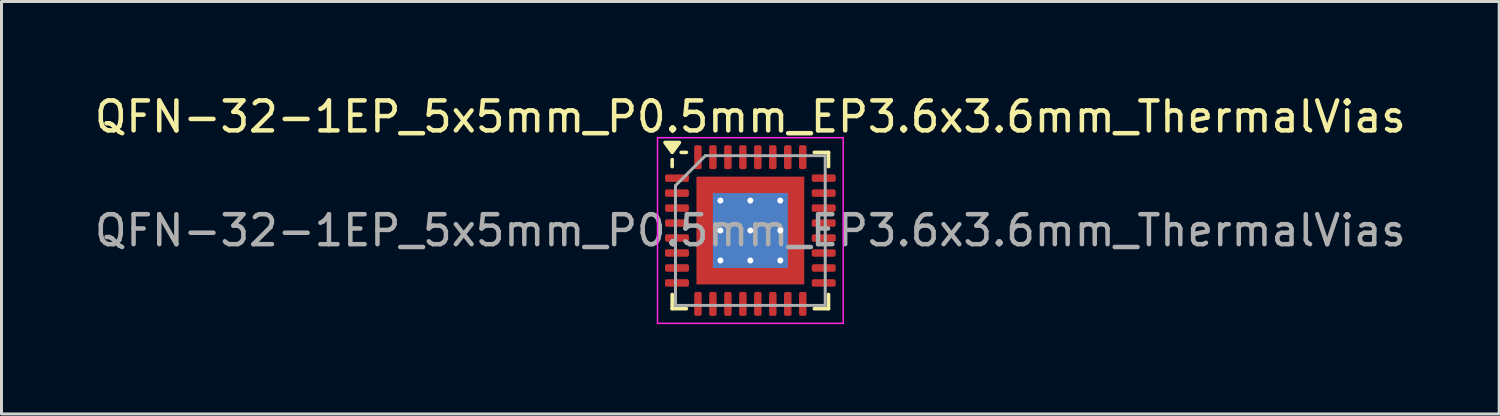
<source format=kicad_pcb>
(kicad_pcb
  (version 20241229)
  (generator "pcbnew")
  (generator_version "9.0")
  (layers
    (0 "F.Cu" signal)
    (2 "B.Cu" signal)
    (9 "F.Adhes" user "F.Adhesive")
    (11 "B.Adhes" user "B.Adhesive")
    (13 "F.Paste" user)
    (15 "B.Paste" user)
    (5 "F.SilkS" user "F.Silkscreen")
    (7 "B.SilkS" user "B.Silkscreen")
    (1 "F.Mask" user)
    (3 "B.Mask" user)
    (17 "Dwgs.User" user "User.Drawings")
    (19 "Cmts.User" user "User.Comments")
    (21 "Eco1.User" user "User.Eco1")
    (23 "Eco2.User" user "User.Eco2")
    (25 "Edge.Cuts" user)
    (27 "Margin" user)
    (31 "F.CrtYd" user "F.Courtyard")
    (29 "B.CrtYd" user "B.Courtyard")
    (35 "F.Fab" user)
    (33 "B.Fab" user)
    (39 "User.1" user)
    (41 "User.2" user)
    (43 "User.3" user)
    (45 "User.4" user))
  (footprint "QFN-32-1EP_5x5mm_P0.5mm_EP3.6x3.6mm_ThermalVias"
    (layer "F.Cu")
    (at 22.006 4.648)
    (property "Reference" "QFN-32-1EP_5x5mm_P0.5mm_EP3.6x3.6mm_ThermalVias" (at 0 -3.8 0) (layer "F.SilkS") (effects (font (size 1 1) (thickness 0.15))))
    (attr smd)
    (fp_line (start -2.61 -2.135) (end -2.61 -2.37) (stroke (width 0.12) (type solid)) (layer "F.SilkS"))
    (fp_line (start -2.61 2.61) (end -2.61 2.135) (stroke (width 0.12) (type solid)) (layer "F.SilkS"))
    (fp_line (start -2.135 -2.61) (end -2.31 -2.61) (stroke (width 0.12) (type solid)) (layer "F.SilkS"))
    (fp_line (start -2.135 2.61) (end -2.61 2.61) (stroke (width 0.12) (type solid)) (layer "F.SilkS"))
    (fp_line (start 2.135 -2.61) (end 2.61 -2.61) (stroke (width 0.12) (type solid)) (layer "F.SilkS"))
    (fp_line (start 2.135 2.61) (end 2.61 2.61) (stroke (width 0.12) (type solid)) (layer "F.SilkS"))
    (fp_line (start 2.61 -2.61) (end 2.61 -2.135) (stroke (width 0.12) (type solid)) (layer "F.SilkS"))
    (fp_line (start 2.61 2.61) (end 2.61 2.135) (stroke (width 0.12) (type solid)) (layer "F.SilkS"))
    (fp_poly (pts (xy -2.61 -2.61) (xy -2.85 -2.94) (xy -2.37 -2.94) (xy -2.61 -2.61)) (stroke (width 0.12) (type solid)) (fill yes) (layer "F.SilkS"))
    (fp_line (start -3.1 -3.1) (end -3.1 3.1) (stroke (width 0.05) (type solid)) (layer "F.CrtYd"))
    (fp_line (start -3.1 3.1) (end 3.1 3.1) (stroke (width 0.05) (type solid)) (layer "F.CrtYd"))
    (fp_line (start 3.1 -3.1) (end -3.1 -3.1) (stroke (width 0.05) (type solid)) (layer "F.CrtYd"))
    (fp_line (start 3.1 3.1) (end 3.1 -3.1) (stroke (width 0.05) (type solid)) (layer "F.CrtYd"))
    (fp_line (start -2.5 -1.5) (end -1.5 -2.5) (stroke (width 0.1) (type solid)) (layer "F.Fab"))
    (fp_line (start -2.5 2.5) (end -2.5 -1.5) (stroke (width 0.1) (type solid)) (layer "F.Fab"))
    (fp_line (start -1.5 -2.5) (end 2.5 -2.5) (stroke (width 0.1) (type solid)) (layer "F.Fab"))
    (fp_line (start 2.5 -2.5) (end 2.5 2.5) (stroke (width 0.1) (type solid)) (layer "F.Fab"))
    (fp_line (start 2.5 2.5) (end -2.5 2.5) (stroke (width 0.1) (type solid)) (layer "F.Fab"))
    (fp_text user "${REFERENCE}" (at 0 0 0) (layer "F.Fab") (effects (font (size 1 1) (thickness 0.15))))
    (pad "" smd custom (at -1.4 -1.4) (size 0.555 0.555) (layers "F.Paste") (options (anchor circle)) (primitives (gr_poly (pts (xy -0.232 -0.232) (xy 0.232 -0.232) (xy 0.232 0.157) (xy 0.157 0.232) (xy -0.232 0.232)) (width 0.181) (fill yes))))
    (pad "" smd custom (at -1.4 -0.5) (size 0.568 0.568) (layers "F.Paste") (options (anchor circle)) (primitives (gr_poly (pts (xy -0.246 -0.326) (xy 0.182 -0.326) (xy 0.246 -0.263) (xy 0.246 0.263) (xy 0.182 0.326) (xy -0.246 0.326)) (width 0.153) (fill yes))))
    (pad "" smd custom (at -1.4 0.5) (size 0.568 0.568) (layers "F.Paste") (options (anchor circle)) (primitives (gr_poly (pts (xy -0.246 -0.326) (xy 0.182 -0.326) (xy 0.246 -0.263) (xy 0.246 0.263) (xy 0.182 0.326) (xy -0.246 0.326)) (width 0.153) (fill yes))))
    (pad "" smd custom (at -1.4 1.4) (size 0.555 0.555) (layers "F.Paste") (options (anchor circle)) (primitives (gr_poly (pts (xy -0.232 -0.232) (xy 0.157 -0.232) (xy 0.232 -0.157) (xy 0.232 0.232) (xy -0.232 0.232)) (width 0.181) (fill yes))))
    (pad "" smd custom (at -0.5 -1.4) (size 0.568 0.568) (layers "F.Paste") (options (anchor circle)) (primitives (gr_poly (pts (xy -0.326 -0.246) (xy 0.326 -0.246) (xy 0.326 0.182) (xy 0.263 0.246) (xy -0.263 0.246) (xy -0.326 0.182)) (width 0.153) (fill yes))))
    (pad "" smd roundrect (at -0.5 -0.5) (size 0.806 0.806) (layers "F.Paste") (roundrect_rratio 0.25))
    (pad "" smd roundrect (at -0.5 0.5) (size 0.806 0.806) (layers "F.Paste") (roundrect_rratio 0.25))
    (pad "" smd custom (at -0.5 1.4) (size 0.568 0.568) (layers "F.Paste") (options (anchor circle)) (primitives (gr_poly (pts (xy -0.326 -0.182) (xy -0.263 -0.246) (xy 0.263 -0.246) (xy 0.326 -0.182) (xy 0.326 0.246) (xy -0.326 0.246)) (width 0.153) (fill yes))))
    (pad "" smd custom (at 0.5 -1.4) (size 0.568 0.568) (layers "F.Paste") (options (anchor circle)) (primitives (gr_poly (pts (xy -0.326 -0.246) (xy 0.326 -0.246) (xy 0.326 0.182) (xy 0.263 0.246) (xy -0.263 0.246) (xy -0.326 0.182)) (width 0.153) (fill yes))))
    (pad "" smd roundrect (at 0.5 -0.5) (size 0.806 0.806) (layers "F.Paste") (roundrect_rratio 0.25))
    (pad "" smd roundrect (at 0.5 0.5) (size 0.806 0.806) (layers "F.Paste") (roundrect_rratio 0.25))
    (pad "" smd custom (at 0.5 1.4) (size 0.568 0.568) (layers "F.Paste") (options (anchor circle)) (primitives (gr_poly (pts (xy -0.326 -0.182) (xy -0.263 -0.246) (xy 0.263 -0.246) (xy 0.326 -0.182) (xy 0.326 0.246) (xy -0.326 0.246)) (width 0.153) (fill yes))))
    (pad "" smd custom (at 1.4 -1.4) (size 0.555 0.555) (layers "F.Paste") (options (anchor circle)) (primitives (gr_poly (pts (xy -0.232 -0.232) (xy 0.232 -0.232) (xy 0.232 0.232) (xy -0.157 0.232) (xy -0.232 0.157)) (width 0.181) (fill yes))))
    (pad "" smd custom (at 1.4 -0.5) (size 0.568 0.568) (layers "F.Paste") (options (anchor circle)) (primitives (gr_poly (pts (xy -0.246 -0.263) (xy -0.182 -0.326) (xy 0.246 -0.326) (xy 0.246 0.326) (xy -0.182 0.326) (xy -0.246 0.263)) (width 0.153) (fill yes))))
    (pad "" smd custom (at 1.4 0.5) (size 0.568 0.568) (layers "F.Paste") (options (anchor circle)) (primitives (gr_poly (pts (xy -0.246 -0.263) (xy -0.182 -0.326) (xy 0.246 -0.326) (xy 0.246 0.326) (xy -0.182 0.326) (xy -0.246 0.263)) (width 0.153) (fill yes))))
    (pad "" smd custom (at 1.4 1.4) (size 0.555 0.555) (layers "F.Paste") (options (anchor circle)) (primitives (gr_poly (pts (xy -0.232 -0.157) (xy -0.157 -0.232) (xy 0.232 -0.232) (xy 0.232 0.232) (xy -0.232 0.232)) (width 0.181) (fill yes))))
    (pad "1" smd roundrect (at -2.45 -1.75) (size 0.8 0.25) (layers "F.Cu" "F.Mask" "F.Paste") (roundrect_rratio 0.25))
    (pad "2" smd roundrect (at -2.45 -1.25) (size 0.8 0.25) (layers "F.Cu" "F.Mask" "F.Paste") (roundrect_rratio 0.25))
    (pad "3" smd roundrect (at -2.45 -0.75) (size 0.8 0.25) (layers "F.Cu" "F.Mask" "F.Paste") (roundrect_rratio 0.25))
    (pad "4" smd roundrect (at -2.45 -0.25) (size 0.8 0.25) (layers "F.Cu" "F.Mask" "F.Paste") (roundrect_rratio 0.25))
    (pad "5" smd roundrect (at -2.45 0.25) (size 0.8 0.25) (layers "F.Cu" "F.Mask" "F.Paste") (roundrect_rratio 0.25))
    (pad "6" smd roundrect (at -2.45 0.75) (size 0.8 0.25) (layers "F.Cu" "F.Mask" "F.Paste") (roundrect_rratio 0.25))
    (pad "7" smd roundrect (at -2.45 1.25) (size 0.8 0.25) (layers "F.Cu" "F.Mask" "F.Paste") (roundrect_rratio 0.25))
    (pad "8" smd roundrect (at -2.45 1.75) (size 0.8 0.25) (layers "F.Cu" "F.Mask" "F.Paste") (roundrect_rratio 0.25))
    (pad "9" smd roundrect (at -1.75 2.45) (size 0.25 0.8) (layers "F.Cu" "F.Mask" "F.Paste") (roundrect_rratio 0.25))
    (pad "10" smd roundrect (at -1.25 2.45) (size 0.25 0.8) (layers "F.Cu" "F.Mask" "F.Paste") (roundrect_rratio 0.25))
    (pad "11" smd roundrect (at -0.75 2.45) (size 0.25 0.8) (layers "F.Cu" "F.Mask" "F.Paste") (roundrect_rratio 0.25))
    (pad "12" smd roundrect (at -0.25 2.45) (size 0.25 0.8) (layers "F.Cu" "F.Mask" "F.Paste") (roundrect_rratio 0.25))
    (pad "13" smd roundrect (at 0.25 2.45) (size 0.25 0.8) (layers "F.Cu" "F.Mask" "F.Paste") (roundrect_rratio 0.25))
    (pad "14" smd roundrect (at 0.75 2.45) (size 0.25 0.8) (layers "F.Cu" "F.Mask" "F.Paste") (roundrect_rratio 0.25))
    (pad "15" smd roundrect (at 1.25 2.45) (size 0.25 0.8) (layers "F.Cu" "F.Mask" "F.Paste") (roundrect_rratio 0.25))
    (pad "16" smd roundrect (at 1.75 2.45) (size 0.25 0.8) (layers "F.Cu" "F.Mask" "F.Paste") (roundrect_rratio 0.25))
    (pad "17" smd roundrect (at 2.45 1.75) (size 0.8 0.25) (layers "F.Cu" "F.Mask" "F.Paste") (roundrect_rratio 0.25))
    (pad "18" smd roundrect (at 2.45 1.25) (size 0.8 0.25) (layers "F.Cu" "F.Mask" "F.Paste") (roundrect_rratio 0.25))
    (pad "19" smd roundrect (at 2.45 0.75) (size 0.8 0.25) (layers "F.Cu" "F.Mask" "F.Paste") (roundrect_rratio 0.25))
    (pad "20" smd roundrect (at 2.45 0.25) (size 0.8 0.25) (layers "F.Cu" "F.Mask" "F.Paste") (roundrect_rratio 0.25))
    (pad "21" smd roundrect (at 2.45 -0.25) (size 0.8 0.25) (layers "F.Cu" "F.Mask" "F.Paste") (roundrect_rratio 0.25))
    (pad "22" smd roundrect (at 2.45 -0.75) (size 0.8 0.25) (layers "F.Cu" "F.Mask" "F.Paste") (roundrect_rratio 0.25))
    (pad "23" smd roundrect (at 2.45 -1.25) (size 0.8 0.25) (layers "F.Cu" "F.Mask" "F.Paste") (roundrect_rratio 0.25))
    (pad "24" smd roundrect (at 2.45 -1.75) (size 0.8 0.25) (layers "F.Cu" "F.Mask" "F.Paste") (roundrect_rratio 0.25))
    (pad "25" smd roundrect (at 1.75 -2.45) (size 0.25 0.8) (layers "F.Cu" "F.Mask" "F.Paste") (roundrect_rratio 0.25))
    (pad "26" smd roundrect (at 1.25 -2.45) (size 0.25 0.8) (layers "F.Cu" "F.Mask" "F.Paste") (roundrect_rratio 0.25))
    (pad "27" smd roundrect (at 0.75 -2.45) (size 0.25 0.8) (layers "F.Cu" "F.Mask" "F.Paste") (roundrect_rratio 0.25))
    (pad "28" smd roundrect (at 0.25 -2.45) (size 0.25 0.8) (layers "F.Cu" "F.Mask" "F.Paste") (roundrect_rratio 0.25))
    (pad "29" smd roundrect (at -0.25 -2.45) (size 0.25 0.8) (layers "F.Cu" "F.Mask" "F.Paste") (roundrect_rratio 0.25))
    (pad "30" smd roundrect (at -0.75 -2.45) (size 0.25 0.8) (layers "F.Cu" "F.Mask" "F.Paste") (roundrect_rratio 0.25))
    (pad "31" smd roundrect (at -1.25 -2.45) (size 0.25 0.8) (layers "F.Cu" "F.Mask" "F.Paste") (roundrect_rratio 0.25))
    (pad "32" smd roundrect (at -1.75 -2.45) (size 0.25 0.8) (layers "F.Cu" "F.Mask" "F.Paste") (roundrect_rratio 0.25))
    (pad "33" thru_hole circle (at -1 -1) (size 0.5 0.5) (drill 0.2) (property pad_prop_heatsink) (layers "*.Cu"))
    (pad "33" thru_hole circle (at -1 0) (size 0.5 0.5) (drill 0.2) (property pad_prop_heatsink) (layers "*.Cu"))
    (pad "33" thru_hole circle (at -1 1) (size 0.5 0.5) (drill 0.2) (property pad_prop_heatsink) (layers "*.Cu"))
    (pad "33" thru_hole circle (at 0 -1) (size 0.5 0.5) (drill 0.2) (property pad_prop_heatsink) (layers "*.Cu"))
    (pad "33" thru_hole circle (at 0 0) (size 0.5 0.5) (drill 0.2) (property pad_prop_heatsink) (layers "*.Cu"))
    (pad "33" smd rect (at 0 0) (size 2.5 2.5) (property pad_prop_heatsink) (layers "B.Cu"))
    (pad "33" smd rect (at 0 0) (size 3.6 3.6) (property pad_prop_heatsink) (layers "F.Cu" "F.Mask"))
    (pad "33" thru_hole circle (at 0 1) (size 0.5 0.5) (drill 0.2) (property pad_prop_heatsink) (layers "*.Cu"))
    (pad "33" thru_hole circle (at 1 -1) (size 0.5 0.5) (drill 0.2) (property pad_prop_heatsink) (layers "*.Cu"))
    (pad "33" thru_hole circle (at 1 0) (size 0.5 0.5) (drill 0.2) (property pad_prop_heatsink) (layers "*.Cu"))
    (pad "33" thru_hole circle (at 1 1) (size 0.5 0.5) (drill 0.2) (property pad_prop_heatsink) (layers "*.Cu")))
  (gr_rect
    (start -3 -3)
    (end 47.012 10.773)
    (stroke (width 0.1) (type default))
    (fill no)
    (layer "Edge.Cuts")))
</source>
